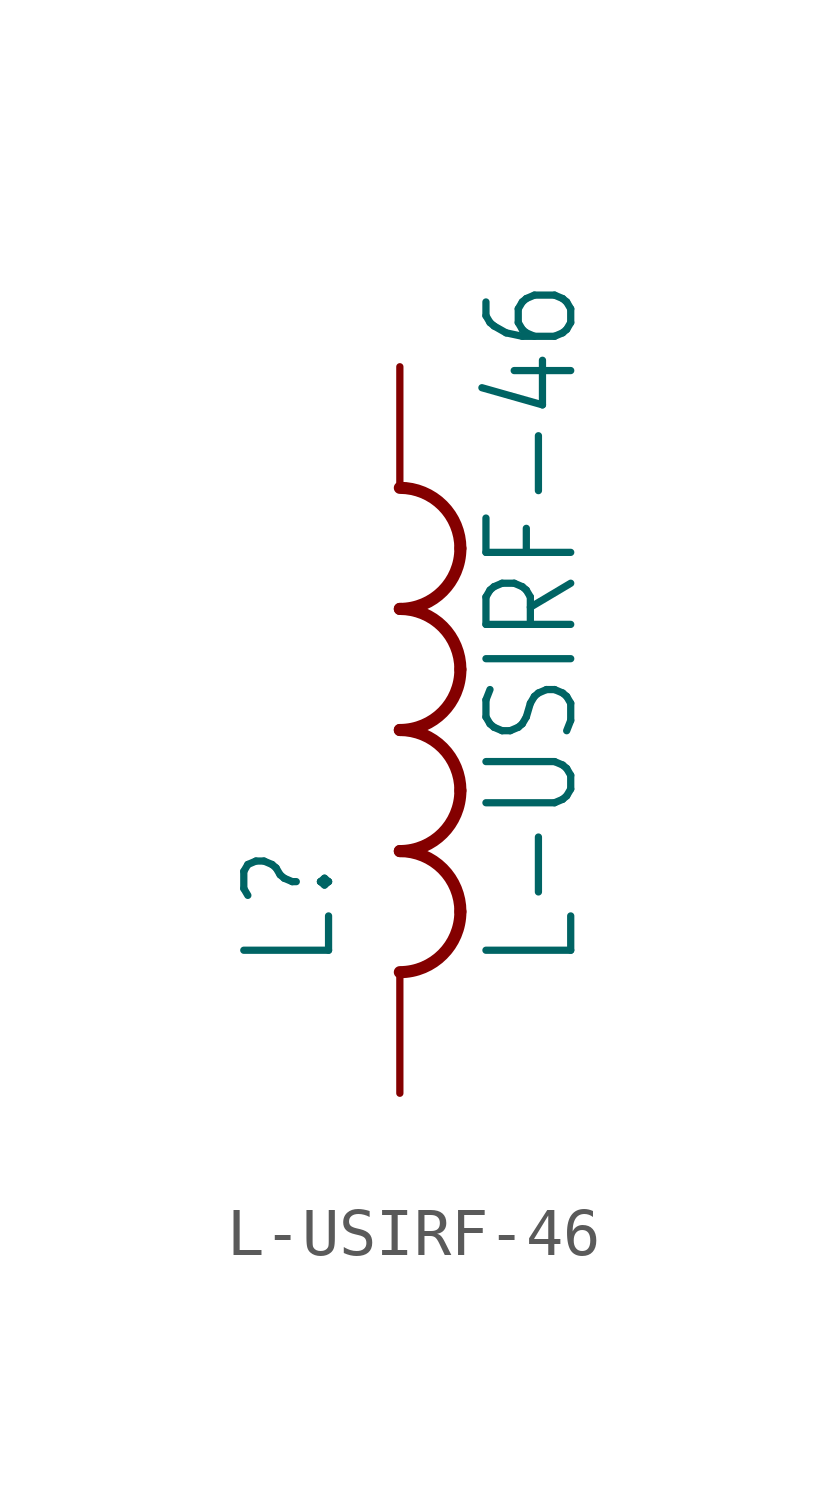
<source format=kicad_sym>
(kicad_symbol_lib
  (version 20211014)
  (generator kicad_symbol_editor)
  (symbol "L-USIRF-46"
    (property "Reference" "L"
      (at -1.27 -5.08 90)
      (effects (font (size 1.778 1.511)) (justify left bottom)))
    (property "Value" "L-USIRF-46"
      (at 3.81 -5.08 90)
      (effects (font (size 1.778 1.511)) (justify left bottom)))
    (property "ki_locked" ""
      (at 0 0 0)
      (effects (font (size 1.27 1.27))))
    (symbol "L-USIRF-46_1_0"
      (arc (start 0 -5.08) (mid 0.898 -4.708) (end 1.27 -3.81) (stroke (width 0.254) (type default) (color 0 0 0 0)) (fill (type none)))
      (arc (start 0 -2.54) (mid 0.898 -2.168) (end 1.27 -1.27) (stroke (width 0.254) (type default) (color 0 0 0 0)) (fill (type none)))
      (arc (start 0 0) (mid 0.898 0.372) (end 1.27 1.27) (stroke (width 0.254) (type default) (color 0 0 0 0)) (fill (type none)))
      (arc (start 0 2.54) (mid 0.898 2.912) (end 1.27 3.81) (stroke (width 0.254) (type default) (color 0 0 0 0)) (fill (type none)))
      (arc (start 1.27 -3.81) (mid 0.898 -2.912) (end 0 -2.54) (stroke (width 0.254) (type default) (color 0 0 0 0)) (fill (type none)))
      (arc (start 1.27 -1.27) (mid 0.898 -0.372) (end 0 0) (stroke (width 0.254) (type default) (color 0 0 0 0)) (fill (type none)))
      (arc (start 1.27 1.27) (mid 0.898 2.168) (end 0 2.54) (stroke (width 0.254) (type default) (color 0 0 0 0)) (fill (type none)))
      (arc (start 1.27 3.81) (mid 0.898 4.708) (end 0 5.08) (stroke (width 0.254) (type default) (color 0 0 0 0)) (fill (type none)))
      (pin passive line (at 0 7.62 270) (length 2.54) (name "1" (effects (font (size 0 0)))) (number "1" (effects (font (size 0 0)))))
      (pin passive line (at 0 -7.62 90) (length 2.54) (name "2" (effects (font (size 0 0)))) (number "2" (effects (font (size 0 0))))))))
</source>
